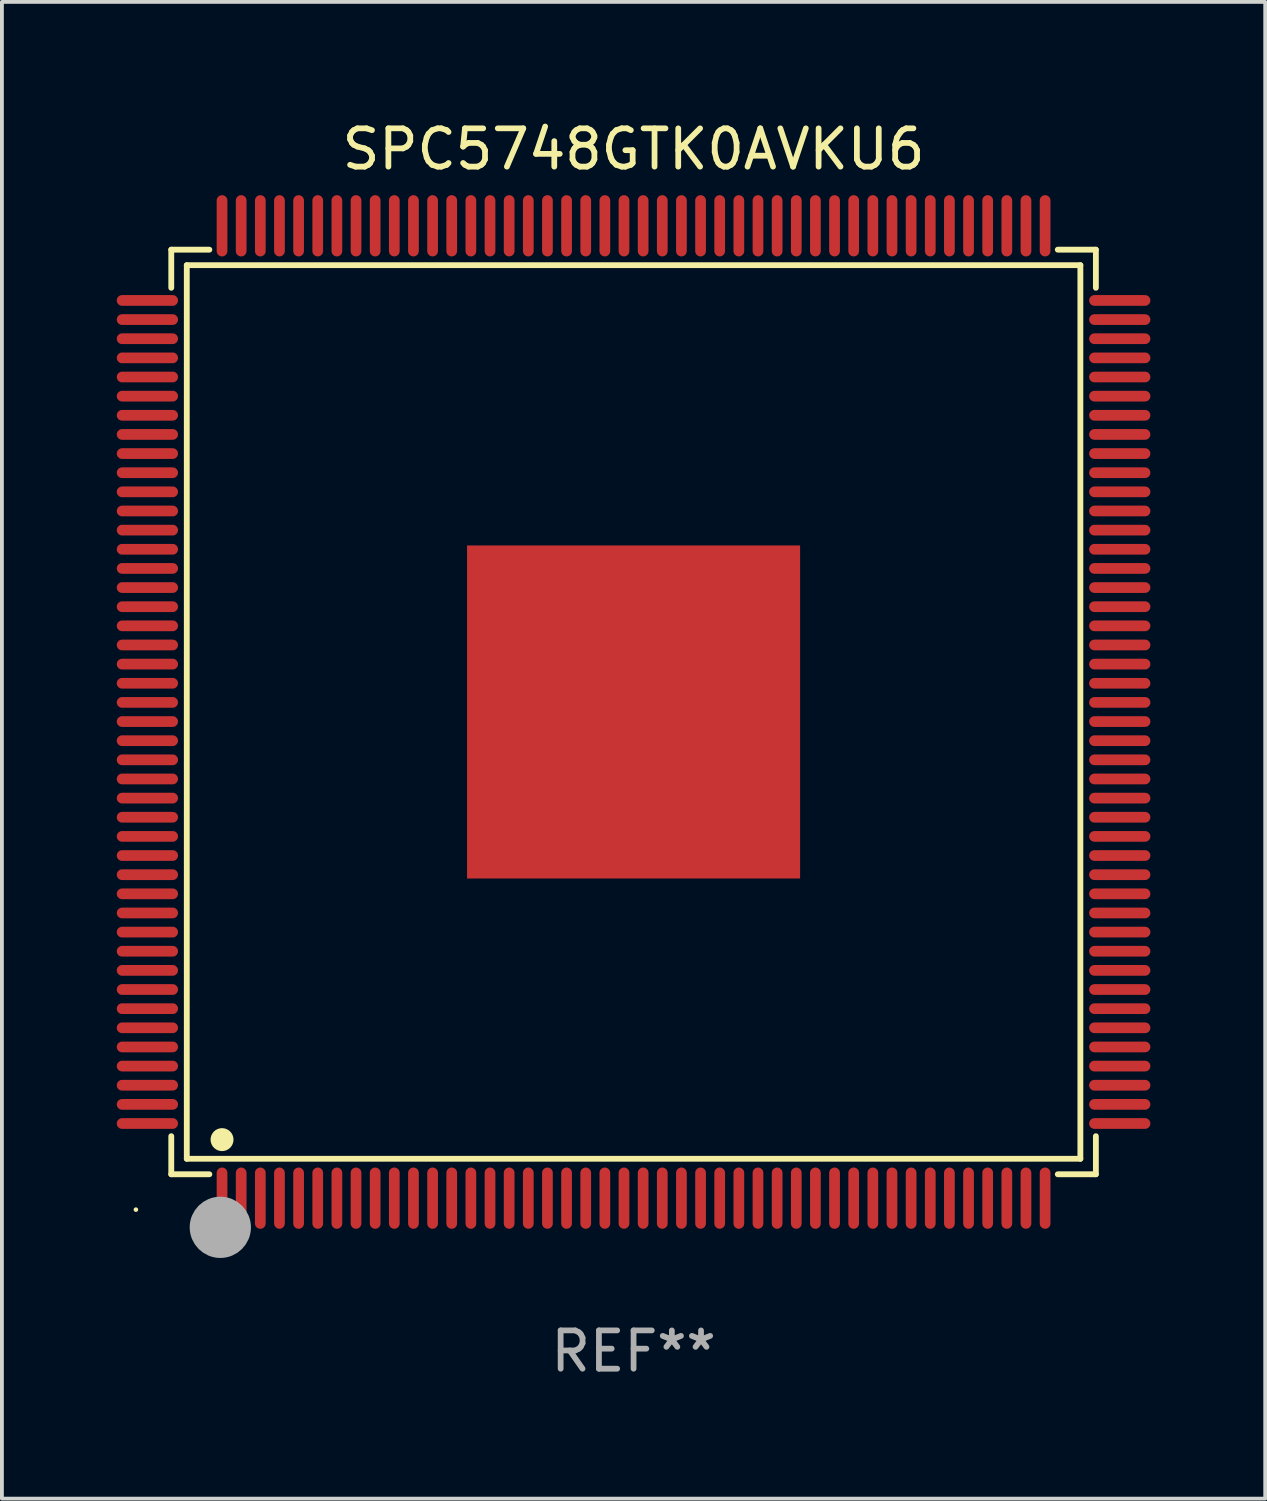
<source format=kicad_pcb>
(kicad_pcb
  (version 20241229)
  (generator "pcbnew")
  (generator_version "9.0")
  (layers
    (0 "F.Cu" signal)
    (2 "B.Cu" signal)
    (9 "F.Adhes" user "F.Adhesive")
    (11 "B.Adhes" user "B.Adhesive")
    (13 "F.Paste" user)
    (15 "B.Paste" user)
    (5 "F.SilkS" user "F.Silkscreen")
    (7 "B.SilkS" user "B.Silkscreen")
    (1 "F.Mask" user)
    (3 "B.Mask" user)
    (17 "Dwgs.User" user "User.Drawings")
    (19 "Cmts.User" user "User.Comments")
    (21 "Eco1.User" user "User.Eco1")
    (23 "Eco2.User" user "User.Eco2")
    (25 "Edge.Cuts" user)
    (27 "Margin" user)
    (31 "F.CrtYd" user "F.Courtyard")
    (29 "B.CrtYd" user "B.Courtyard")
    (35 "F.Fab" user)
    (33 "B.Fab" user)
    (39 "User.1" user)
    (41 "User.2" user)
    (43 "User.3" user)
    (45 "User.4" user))
  (footprint "SPC5748GTK0AVKU6"
    (layer "F.Cu")
    (at 13.5 15.548)
    (property "Reference" "SPC5748GTK0AVKU6" (at 0 -14.7 0) (layer "F.SilkS") (effects (font (size 1 1) (thickness 0.15))))
    (attr through_hole)
    (fp_line (start -12.076 -12.076) (end -11.081 -12.076) (stroke (width 0.152) (type solid)) (layer "F.SilkS"))
    (fp_line (start -12.076 -11.081) (end -12.076 -12.076) (stroke (width 0.152) (type solid)) (layer "F.SilkS"))
    (fp_line (start -12.076 11.081) (end -12.076 12.076) (stroke (width 0.152) (type solid)) (layer "F.SilkS"))
    (fp_line (start -12.076 12.076) (end -11.081 12.076) (stroke (width 0.152) (type solid)) (layer "F.SilkS"))
    (fp_line (start -11.671 -11.671) (end 11.671 -11.671) (stroke (width 0.152) (type solid)) (layer "F.SilkS"))
    (fp_line (start -11.671 11.671) (end -11.671 -11.671) (stroke (width 0.152) (type solid)) (layer "F.SilkS"))
    (fp_line (start 11.671 -11.671) (end 11.671 11.671) (stroke (width 0.152) (type solid)) (layer "F.SilkS"))
    (fp_line (start 11.671 11.671) (end -11.671 11.671) (stroke (width 0.152) (type solid)) (layer "F.SilkS"))
    (fp_line (start 12.076 -12.076) (end 11.081 -12.076) (stroke (width 0.152) (type solid)) (layer "F.SilkS"))
    (fp_line (start 12.076 -11.081) (end 12.076 -12.076) (stroke (width 0.152) (type solid)) (layer "F.SilkS"))
    (fp_line (start 12.076 11.081) (end 12.076 12.076) (stroke (width 0.152) (type solid)) (layer "F.SilkS"))
    (fp_line (start 12.076 12.076) (end 11.081 12.076) (stroke (width 0.152) (type solid)) (layer "F.SilkS"))
    (fp_circle (center -13 13) (end -12.97 13) (stroke (width 0.06) (type solid)) (fill no) (layer "F.SilkS"))
    (fp_circle (center -10.75 11.171) (end -10.6 11.171) (stroke (width 0.3) (type solid)) (fill no) (layer "F.SilkS"))
    (fp_circle (center -10.75 13.8) (end -10.65 13.8) (stroke (width 0.2) (type solid)) (fill no) (layer "F.SilkS"))
    (fp_circle (center -10.795 13.462) (end -10.395 13.462) (stroke (width 0.8) (type solid)) (fill no) (layer "F.Fab"))
    (fp_text user "REF**" (at 0 16.7 0) (layer "F.Fab") (effects (font (size 1 1) (thickness 0.15))))
    (pad "1" smd oval (at -10.75 12.7) (size 0.28 1.6) (layers "F.Cu" "F.Mask" "F.Paste"))
    (pad "2" smd oval (at -10.25 12.7) (size 0.28 1.6) (layers "F.Cu" "F.Mask" "F.Paste"))
    (pad "3" smd oval (at -9.75 12.7) (size 0.28 1.6) (layers "F.Cu" "F.Mask" "F.Paste"))
    (pad "4" smd oval (at -9.25 12.7) (size 0.28 1.6) (layers "F.Cu" "F.Mask" "F.Paste"))
    (pad "5" smd oval (at -8.75 12.7) (size 0.28 1.6) (layers "F.Cu" "F.Mask" "F.Paste"))
    (pad "6" smd oval (at -8.25 12.7) (size 0.28 1.6) (layers "F.Cu" "F.Mask" "F.Paste"))
    (pad "7" smd oval (at -7.75 12.7) (size 0.28 1.6) (layers "F.Cu" "F.Mask" "F.Paste"))
    (pad "8" smd oval (at -7.25 12.7) (size 0.28 1.6) (layers "F.Cu" "F.Mask" "F.Paste"))
    (pad "9" smd oval (at -6.75 12.7) (size 0.28 1.6) (layers "F.Cu" "F.Mask" "F.Paste"))
    (pad "10" smd oval (at -6.25 12.7) (size 0.28 1.6) (layers "F.Cu" "F.Mask" "F.Paste"))
    (pad "11" smd oval (at -5.75 12.7) (size 0.28 1.6) (layers "F.Cu" "F.Mask" "F.Paste"))
    (pad "12" smd oval (at -5.25 12.7) (size 0.28 1.6) (layers "F.Cu" "F.Mask" "F.Paste"))
    (pad "13" smd oval (at -4.75 12.7) (size 0.28 1.6) (layers "F.Cu" "F.Mask" "F.Paste"))
    (pad "14" smd oval (at -4.25 12.7) (size 0.28 1.6) (layers "F.Cu" "F.Mask" "F.Paste"))
    (pad "15" smd oval (at -3.75 12.7) (size 0.28 1.6) (layers "F.Cu" "F.Mask" "F.Paste"))
    (pad "16" smd oval (at -3.25 12.7) (size 0.28 1.6) (layers "F.Cu" "F.Mask" "F.Paste"))
    (pad "17" smd oval (at -2.75 12.7) (size 0.28 1.6) (layers "F.Cu" "F.Mask" "F.Paste"))
    (pad "18" smd oval (at -2.25 12.7) (size 0.28 1.6) (layers "F.Cu" "F.Mask" "F.Paste"))
    (pad "19" smd oval (at -1.75 12.7) (size 0.28 1.6) (layers "F.Cu" "F.Mask" "F.Paste"))
    (pad "20" smd oval (at -1.25 12.7) (size 0.28 1.6) (layers "F.Cu" "F.Mask" "F.Paste"))
    (pad "21" smd oval (at -0.75 12.7) (size 0.28 1.6) (layers "F.Cu" "F.Mask" "F.Paste"))
    (pad "22" smd oval (at -0.25 12.7) (size 0.28 1.6) (layers "F.Cu" "F.Mask" "F.Paste"))
    (pad "23" smd oval (at 0.25 12.7) (size 0.28 1.6) (layers "F.Cu" "F.Mask" "F.Paste"))
    (pad "24" smd oval (at 0.75 12.7) (size 0.28 1.6) (layers "F.Cu" "F.Mask" "F.Paste"))
    (pad "25" smd oval (at 1.25 12.7) (size 0.28 1.6) (layers "F.Cu" "F.Mask" "F.Paste"))
    (pad "26" smd oval (at 1.75 12.7) (size 0.28 1.6) (layers "F.Cu" "F.Mask" "F.Paste"))
    (pad "27" smd oval (at 2.25 12.7) (size 0.28 1.6) (layers "F.Cu" "F.Mask" "F.Paste"))
    (pad "28" smd oval (at 2.75 12.7) (size 0.28 1.6) (layers "F.Cu" "F.Mask" "F.Paste"))
    (pad "29" smd oval (at 3.25 12.7) (size 0.28 1.6) (layers "F.Cu" "F.Mask" "F.Paste"))
    (pad "30" smd oval (at 3.75 12.7) (size 0.28 1.6) (layers "F.Cu" "F.Mask" "F.Paste"))
    (pad "31" smd oval (at 4.25 12.7) (size 0.28 1.6) (layers "F.Cu" "F.Mask" "F.Paste"))
    (pad "32" smd oval (at 4.75 12.7) (size 0.28 1.6) (layers "F.Cu" "F.Mask" "F.Paste"))
    (pad "33" smd oval (at 5.25 12.7) (size 0.28 1.6) (layers "F.Cu" "F.Mask" "F.Paste"))
    (pad "34" smd oval (at 5.75 12.7) (size 0.28 1.6) (layers "F.Cu" "F.Mask" "F.Paste"))
    (pad "35" smd oval (at 6.25 12.7) (size 0.28 1.6) (layers "F.Cu" "F.Mask" "F.Paste"))
    (pad "36" smd oval (at 6.75 12.7) (size 0.28 1.6) (layers "F.Cu" "F.Mask" "F.Paste"))
    (pad "37" smd oval (at 7.25 12.7) (size 0.28 1.6) (layers "F.Cu" "F.Mask" "F.Paste"))
    (pad "38" smd oval (at 7.75 12.7) (size 0.28 1.6) (layers "F.Cu" "F.Mask" "F.Paste"))
    (pad "39" smd oval (at 8.25 12.7) (size 0.28 1.6) (layers "F.Cu" "F.Mask" "F.Paste"))
    (pad "40" smd oval (at 8.75 12.7) (size 0.28 1.6) (layers "F.Cu" "F.Mask" "F.Paste"))
    (pad "41" smd oval (at 9.25 12.7) (size 0.28 1.6) (layers "F.Cu" "F.Mask" "F.Paste"))
    (pad "42" smd oval (at 9.75 12.7) (size 0.28 1.6) (layers "F.Cu" "F.Mask" "F.Paste"))
    (pad "43" smd oval (at 10.25 12.7) (size 0.28 1.6) (layers "F.Cu" "F.Mask" "F.Paste"))
    (pad "44" smd oval (at 10.75 12.7) (size 0.28 1.6) (layers "F.Cu" "F.Mask" "F.Paste"))
    (pad "45" smd oval (at 12.7 10.75) (size 1.6 0.28) (layers "F.Cu" "F.Mask" "F.Paste"))
    (pad "46" smd oval (at 12.7 10.25) (size 1.6 0.28) (layers "F.Cu" "F.Mask" "F.Paste"))
    (pad "47" smd oval (at 12.7 9.75) (size 1.6 0.28) (layers "F.Cu" "F.Mask" "F.Paste"))
    (pad "48" smd oval (at 12.7 9.25) (size 1.6 0.28) (layers "F.Cu" "F.Mask" "F.Paste"))
    (pad "49" smd oval (at 12.7 8.75) (size 1.6 0.28) (layers "F.Cu" "F.Mask" "F.Paste"))
    (pad "50" smd oval (at 12.7 8.25) (size 1.6 0.28) (layers "F.Cu" "F.Mask" "F.Paste"))
    (pad "51" smd oval (at 12.7 7.75) (size 1.6 0.28) (layers "F.Cu" "F.Mask" "F.Paste"))
    (pad "52" smd oval (at 12.7 7.25) (size 1.6 0.28) (layers "F.Cu" "F.Mask" "F.Paste"))
    (pad "53" smd oval (at 12.7 6.75) (size 1.6 0.28) (layers "F.Cu" "F.Mask" "F.Paste"))
    (pad "54" smd oval (at 12.7 6.25) (size 1.6 0.28) (layers "F.Cu" "F.Mask" "F.Paste"))
    (pad "55" smd oval (at 12.7 5.75) (size 1.6 0.28) (layers "F.Cu" "F.Mask" "F.Paste"))
    (pad "56" smd oval (at 12.7 5.25) (size 1.6 0.28) (layers "F.Cu" "F.Mask" "F.Paste"))
    (pad "57" smd oval (at 12.7 4.75) (size 1.6 0.28) (layers "F.Cu" "F.Mask" "F.Paste"))
    (pad "58" smd oval (at 12.7 4.25) (size 1.6 0.28) (layers "F.Cu" "F.Mask" "F.Paste"))
    (pad "59" smd oval (at 12.7 3.75) (size 1.6 0.28) (layers "F.Cu" "F.Mask" "F.Paste"))
    (pad "60" smd oval (at 12.7 3.25) (size 1.6 0.28) (layers "F.Cu" "F.Mask" "F.Paste"))
    (pad "61" smd oval (at 12.7 2.75) (size 1.6 0.28) (layers "F.Cu" "F.Mask" "F.Paste"))
    (pad "62" smd oval (at 12.7 2.25) (size 1.6 0.28) (layers "F.Cu" "F.Mask" "F.Paste"))
    (pad "63" smd oval (at 12.7 1.75) (size 1.6 0.28) (layers "F.Cu" "F.Mask" "F.Paste"))
    (pad "64" smd oval (at 12.7 1.25) (size 1.6 0.28) (layers "F.Cu" "F.Mask" "F.Paste"))
    (pad "65" smd oval (at 12.7 0.75) (size 1.6 0.28) (layers "F.Cu" "F.Mask" "F.Paste"))
    (pad "66" smd oval (at 12.7 0.25) (size 1.6 0.28) (layers "F.Cu" "F.Mask" "F.Paste"))
    (pad "67" smd oval (at 12.7 -0.25) (size 1.6 0.28) (layers "F.Cu" "F.Mask" "F.Paste"))
    (pad "68" smd oval (at 12.7 -0.75) (size 1.6 0.28) (layers "F.Cu" "F.Mask" "F.Paste"))
    (pad "69" smd oval (at 12.7 -1.25) (size 1.6 0.28) (layers "F.Cu" "F.Mask" "F.Paste"))
    (pad "70" smd oval (at 12.7 -1.75) (size 1.6 0.28) (layers "F.Cu" "F.Mask" "F.Paste"))
    (pad "71" smd oval (at 12.7 -2.25) (size 1.6 0.28) (layers "F.Cu" "F.Mask" "F.Paste"))
    (pad "72" smd oval (at 12.7 -2.75) (size 1.6 0.28) (layers "F.Cu" "F.Mask" "F.Paste"))
    (pad "73" smd oval (at 12.7 -3.25) (size 1.6 0.28) (layers "F.Cu" "F.Mask" "F.Paste"))
    (pad "74" smd oval (at 12.7 -3.75) (size 1.6 0.28) (layers "F.Cu" "F.Mask" "F.Paste"))
    (pad "75" smd oval (at 12.7 -4.25) (size 1.6 0.28) (layers "F.Cu" "F.Mask" "F.Paste"))
    (pad "76" smd oval (at 12.7 -4.75) (size 1.6 0.28) (layers "F.Cu" "F.Mask" "F.Paste"))
    (pad "77" smd oval (at 12.7 -5.25) (size 1.6 0.28) (layers "F.Cu" "F.Mask" "F.Paste"))
    (pad "78" smd oval (at 12.7 -5.75) (size 1.6 0.28) (layers "F.Cu" "F.Mask" "F.Paste"))
    (pad "79" smd oval (at 12.7 -6.25) (size 1.6 0.28) (layers "F.Cu" "F.Mask" "F.Paste"))
    (pad "80" smd oval (at 12.7 -6.75) (size 1.6 0.28) (layers "F.Cu" "F.Mask" "F.Paste"))
    (pad "81" smd oval (at 12.7 -7.25) (size 1.6 0.28) (layers "F.Cu" "F.Mask" "F.Paste"))
    (pad "82" smd oval (at 12.7 -7.75) (size 1.6 0.28) (layers "F.Cu" "F.Mask" "F.Paste"))
    (pad "83" smd oval (at 12.7 -8.25) (size 1.6 0.28) (layers "F.Cu" "F.Mask" "F.Paste"))
    (pad "84" smd oval (at 12.7 -8.75) (size 1.6 0.28) (layers "F.Cu" "F.Mask" "F.Paste"))
    (pad "85" smd oval (at 12.7 -9.25) (size 1.6 0.28) (layers "F.Cu" "F.Mask" "F.Paste"))
    (pad "86" smd oval (at 12.7 -9.75) (size 1.6 0.28) (layers "F.Cu" "F.Mask" "F.Paste"))
    (pad "87" smd oval (at 12.7 -10.25) (size 1.6 0.28) (layers "F.Cu" "F.Mask" "F.Paste"))
    (pad "88" smd oval (at 12.7 -10.75) (size 1.6 0.28) (layers "F.Cu" "F.Mask" "F.Paste"))
    (pad "89" smd oval (at 10.75 -12.7) (size 0.28 1.6) (layers "F.Cu" "F.Mask" "F.Paste"))
    (pad "90" smd oval (at 10.25 -12.7) (size 0.28 1.6) (layers "F.Cu" "F.Mask" "F.Paste"))
    (pad "91" smd oval (at 9.75 -12.7) (size 0.28 1.6) (layers "F.Cu" "F.Mask" "F.Paste"))
    (pad "92" smd oval (at 9.25 -12.7) (size 0.28 1.6) (layers "F.Cu" "F.Mask" "F.Paste"))
    (pad "93" smd oval (at 8.75 -12.7) (size 0.28 1.6) (layers "F.Cu" "F.Mask" "F.Paste"))
    (pad "94" smd oval (at 8.25 -12.7) (size 0.28 1.6) (layers "F.Cu" "F.Mask" "F.Paste"))
    (pad "95" smd oval (at 7.75 -12.7) (size 0.28 1.6) (layers "F.Cu" "F.Mask" "F.Paste"))
    (pad "96" smd oval (at 7.25 -12.7) (size 0.28 1.6) (layers "F.Cu" "F.Mask" "F.Paste"))
    (pad "97" smd oval (at 6.75 -12.7) (size 0.28 1.6) (layers "F.Cu" "F.Mask" "F.Paste"))
    (pad "98" smd oval (at 6.25 -12.7) (size 0.28 1.6) (layers "F.Cu" "F.Mask" "F.Paste"))
    (pad "99" smd oval (at 5.75 -12.7) (size 0.28 1.6) (layers "F.Cu" "F.Mask" "F.Paste"))
    (pad "100" smd oval (at 5.25 -12.7) (size 0.28 1.6) (layers "F.Cu" "F.Mask" "F.Paste"))
    (pad "101" smd oval (at 4.75 -12.7) (size 0.28 1.6) (layers "F.Cu" "F.Mask" "F.Paste"))
    (pad "102" smd oval (at 4.25 -12.7) (size 0.28 1.6) (layers "F.Cu" "F.Mask" "F.Paste"))
    (pad "103" smd oval (at 3.75 -12.7) (size 0.28 1.6) (layers "F.Cu" "F.Mask" "F.Paste"))
    (pad "104" smd oval (at 3.25 -12.7) (size 0.28 1.6) (layers "F.Cu" "F.Mask" "F.Paste"))
    (pad "105" smd oval (at 2.75 -12.7) (size 0.28 1.6) (layers "F.Cu" "F.Mask" "F.Paste"))
    (pad "106" smd oval (at 2.25 -12.7) (size 0.28 1.6) (layers "F.Cu" "F.Mask" "F.Paste"))
    (pad "107" smd oval (at 1.75 -12.7) (size 0.28 1.6) (layers "F.Cu" "F.Mask" "F.Paste"))
    (pad "108" smd oval (at 1.25 -12.7) (size 0.28 1.6) (layers "F.Cu" "F.Mask" "F.Paste"))
    (pad "109" smd oval (at 0.75 -12.7) (size 0.28 1.6) (layers "F.Cu" "F.Mask" "F.Paste"))
    (pad "110" smd oval (at 0.25 -12.7) (size 0.28 1.6) (layers "F.Cu" "F.Mask" "F.Paste"))
    (pad "111" smd oval (at -0.25 -12.7) (size 0.28 1.6) (layers "F.Cu" "F.Mask" "F.Paste"))
    (pad "112" smd oval (at -0.75 -12.7) (size 0.28 1.6) (layers "F.Cu" "F.Mask" "F.Paste"))
    (pad "113" smd oval (at -1.25 -12.7) (size 0.28 1.6) (layers "F.Cu" "F.Mask" "F.Paste"))
    (pad "114" smd oval (at -1.75 -12.7) (size 0.28 1.6) (layers "F.Cu" "F.Mask" "F.Paste"))
    (pad "115" smd oval (at -2.25 -12.7) (size 0.28 1.6) (layers "F.Cu" "F.Mask" "F.Paste"))
    (pad "116" smd oval (at -2.75 -12.7) (size 0.28 1.6) (layers "F.Cu" "F.Mask" "F.Paste"))
    (pad "117" smd oval (at -3.25 -12.7) (size 0.28 1.6) (layers "F.Cu" "F.Mask" "F.Paste"))
    (pad "118" smd oval (at -3.75 -12.7) (size 0.28 1.6) (layers "F.Cu" "F.Mask" "F.Paste"))
    (pad "119" smd oval (at -4.25 -12.7) (size 0.28 1.6) (layers "F.Cu" "F.Mask" "F.Paste"))
    (pad "120" smd oval (at -4.75 -12.7) (size 0.28 1.6) (layers "F.Cu" "F.Mask" "F.Paste"))
    (pad "121" smd oval (at -5.25 -12.7) (size 0.28 1.6) (layers "F.Cu" "F.Mask" "F.Paste"))
    (pad "122" smd oval (at -5.75 -12.7) (size 0.28 1.6) (layers "F.Cu" "F.Mask" "F.Paste"))
    (pad "123" smd oval (at -6.25 -12.7) (size 0.28 1.6) (layers "F.Cu" "F.Mask" "F.Paste"))
    (pad "124" smd oval (at -6.75 -12.7) (size 0.28 1.6) (layers "F.Cu" "F.Mask" "F.Paste"))
    (pad "125" smd oval (at -7.25 -12.7) (size 0.28 1.6) (layers "F.Cu" "F.Mask" "F.Paste"))
    (pad "126" smd oval (at -7.75 -12.7) (size 0.28 1.6) (layers "F.Cu" "F.Mask" "F.Paste"))
    (pad "127" smd oval (at -8.25 -12.7) (size 0.28 1.6) (layers "F.Cu" "F.Mask" "F.Paste"))
    (pad "128" smd oval (at -8.75 -12.7) (size 0.28 1.6) (layers "F.Cu" "F.Mask" "F.Paste"))
    (pad "129" smd oval (at -9.25 -12.7) (size 0.28 1.6) (layers "F.Cu" "F.Mask" "F.Paste"))
    (pad "130" smd oval (at -9.75 -12.7) (size 0.28 1.6) (layers "F.Cu" "F.Mask" "F.Paste"))
    (pad "131" smd oval (at -10.25 -12.7) (size 0.28 1.6) (layers "F.Cu" "F.Mask" "F.Paste"))
    (pad "132" smd oval (at -10.75 -12.7) (size 0.28 1.6) (layers "F.Cu" "F.Mask" "F.Paste"))
    (pad "133" smd oval (at -12.7 -10.75) (size 1.6 0.28) (layers "F.Cu" "F.Mask" "F.Paste"))
    (pad "134" smd oval (at -12.7 -10.25) (size 1.6 0.28) (layers "F.Cu" "F.Mask" "F.Paste"))
    (pad "135" smd oval (at -12.7 -9.75) (size 1.6 0.28) (layers "F.Cu" "F.Mask" "F.Paste"))
    (pad "136" smd oval (at -12.7 -9.25) (size 1.6 0.28) (layers "F.Cu" "F.Mask" "F.Paste"))
    (pad "137" smd oval (at -12.7 -8.75) (size 1.6 0.28) (layers "F.Cu" "F.Mask" "F.Paste"))
    (pad "138" smd oval (at -12.7 -8.25) (size 1.6 0.28) (layers "F.Cu" "F.Mask" "F.Paste"))
    (pad "139" smd oval (at -12.7 -7.75) (size 1.6 0.28) (layers "F.Cu" "F.Mask" "F.Paste"))
    (pad "140" smd oval (at -12.7 -7.25) (size 1.6 0.28) (layers "F.Cu" "F.Mask" "F.Paste"))
    (pad "141" smd oval (at -12.7 -6.75) (size 1.6 0.28) (layers "F.Cu" "F.Mask" "F.Paste"))
    (pad "142" smd oval (at -12.7 -6.25) (size 1.6 0.28) (layers "F.Cu" "F.Mask" "F.Paste"))
    (pad "143" smd oval (at -12.7 -5.75) (size 1.6 0.28) (layers "F.Cu" "F.Mask" "F.Paste"))
    (pad "144" smd oval (at -12.7 -5.25) (size 1.6 0.28) (layers "F.Cu" "F.Mask" "F.Paste"))
    (pad "145" smd oval (at -12.7 -4.75) (size 1.6 0.28) (layers "F.Cu" "F.Mask" "F.Paste"))
    (pad "146" smd oval (at -12.7 -4.25) (size 1.6 0.28) (layers "F.Cu" "F.Mask" "F.Paste"))
    (pad "147" smd oval (at -12.7 -3.75) (size 1.6 0.28) (layers "F.Cu" "F.Mask" "F.Paste"))
    (pad "148" smd oval (at -12.7 -3.25) (size 1.6 0.28) (layers "F.Cu" "F.Mask" "F.Paste"))
    (pad "149" smd oval (at -12.7 -2.75) (size 1.6 0.28) (layers "F.Cu" "F.Mask" "F.Paste"))
    (pad "150" smd oval (at -12.7 -2.25) (size 1.6 0.28) (layers "F.Cu" "F.Mask" "F.Paste"))
    (pad "151" smd oval (at -12.7 -1.75) (size 1.6 0.28) (layers "F.Cu" "F.Mask" "F.Paste"))
    (pad "152" smd oval (at -12.7 -1.25) (size 1.6 0.28) (layers "F.Cu" "F.Mask" "F.Paste"))
    (pad "153" smd oval (at -12.7 -0.75) (size 1.6 0.28) (layers "F.Cu" "F.Mask" "F.Paste"))
    (pad "154" smd oval (at -12.7 -0.25) (size 1.6 0.28) (layers "F.Cu" "F.Mask" "F.Paste"))
    (pad "155" smd oval (at -12.7 0.25) (size 1.6 0.28) (layers "F.Cu" "F.Mask" "F.Paste"))
    (pad "156" smd oval (at -12.7 0.75) (size 1.6 0.28) (layers "F.Cu" "F.Mask" "F.Paste"))
    (pad "157" smd oval (at -12.7 1.25) (size 1.6 0.28) (layers "F.Cu" "F.Mask" "F.Paste"))
    (pad "158" smd oval (at -12.7 1.75) (size 1.6 0.28) (layers "F.Cu" "F.Mask" "F.Paste"))
    (pad "159" smd oval (at -12.7 2.25) (size 1.6 0.28) (layers "F.Cu" "F.Mask" "F.Paste"))
    (pad "160" smd oval (at -12.7 2.75) (size 1.6 0.28) (layers "F.Cu" "F.Mask" "F.Paste"))
    (pad "161" smd oval (at -12.7 3.25) (size 1.6 0.28) (layers "F.Cu" "F.Mask" "F.Paste"))
    (pad "162" smd oval (at -12.7 3.75) (size 1.6 0.28) (layers "F.Cu" "F.Mask" "F.Paste"))
    (pad "163" smd oval (at -12.7 4.25) (size 1.6 0.28) (layers "F.Cu" "F.Mask" "F.Paste"))
    (pad "164" smd oval (at -12.7 4.75) (size 1.6 0.28) (layers "F.Cu" "F.Mask" "F.Paste"))
    (pad "165" smd oval (at -12.7 5.25) (size 1.6 0.28) (layers "F.Cu" "F.Mask" "F.Paste"))
    (pad "166" smd oval (at -12.7 5.75) (size 1.6 0.28) (layers "F.Cu" "F.Mask" "F.Paste"))
    (pad "167" smd oval (at -12.7 6.25) (size 1.6 0.28) (layers "F.Cu" "F.Mask" "F.Paste"))
    (pad "168" smd oval (at -12.7 6.75) (size 1.6 0.28) (layers "F.Cu" "F.Mask" "F.Paste"))
    (pad "169" smd oval (at -12.7 7.25) (size 1.6 0.28) (layers "F.Cu" "F.Mask" "F.Paste"))
    (pad "170" smd oval (at -12.7 7.75) (size 1.6 0.28) (layers "F.Cu" "F.Mask" "F.Paste"))
    (pad "171" smd oval (at -12.7 8.25) (size 1.6 0.28) (layers "F.Cu" "F.Mask" "F.Paste"))
    (pad "172" smd oval (at -12.7 8.75) (size 1.6 0.28) (layers "F.Cu" "F.Mask" "F.Paste"))
    (pad "173" smd oval (at -12.7 9.25) (size 1.6 0.28) (layers "F.Cu" "F.Mask" "F.Paste"))
    (pad "174" smd oval (at -12.7 9.75) (size 1.6 0.28) (layers "F.Cu" "F.Mask" "F.Paste"))
    (pad "175" smd oval (at -12.7 10.25) (size 1.6 0.28) (layers "F.Cu" "F.Mask" "F.Paste"))
    (pad "176" smd oval (at -12.7 10.75) (size 1.6 0.28) (layers "F.Cu" "F.Mask" "F.Paste"))
    (pad "177" smd rect (at 0 0) (size 8.7 8.7) (layers "F.Cu" "F.Mask" "F.Paste")))
  (gr_rect
    (start -3 -3)
    (end 30 36.097)
    (stroke (width 0.1) (type default))
    (fill no)
    (layer "Edge.Cuts")))
</source>
